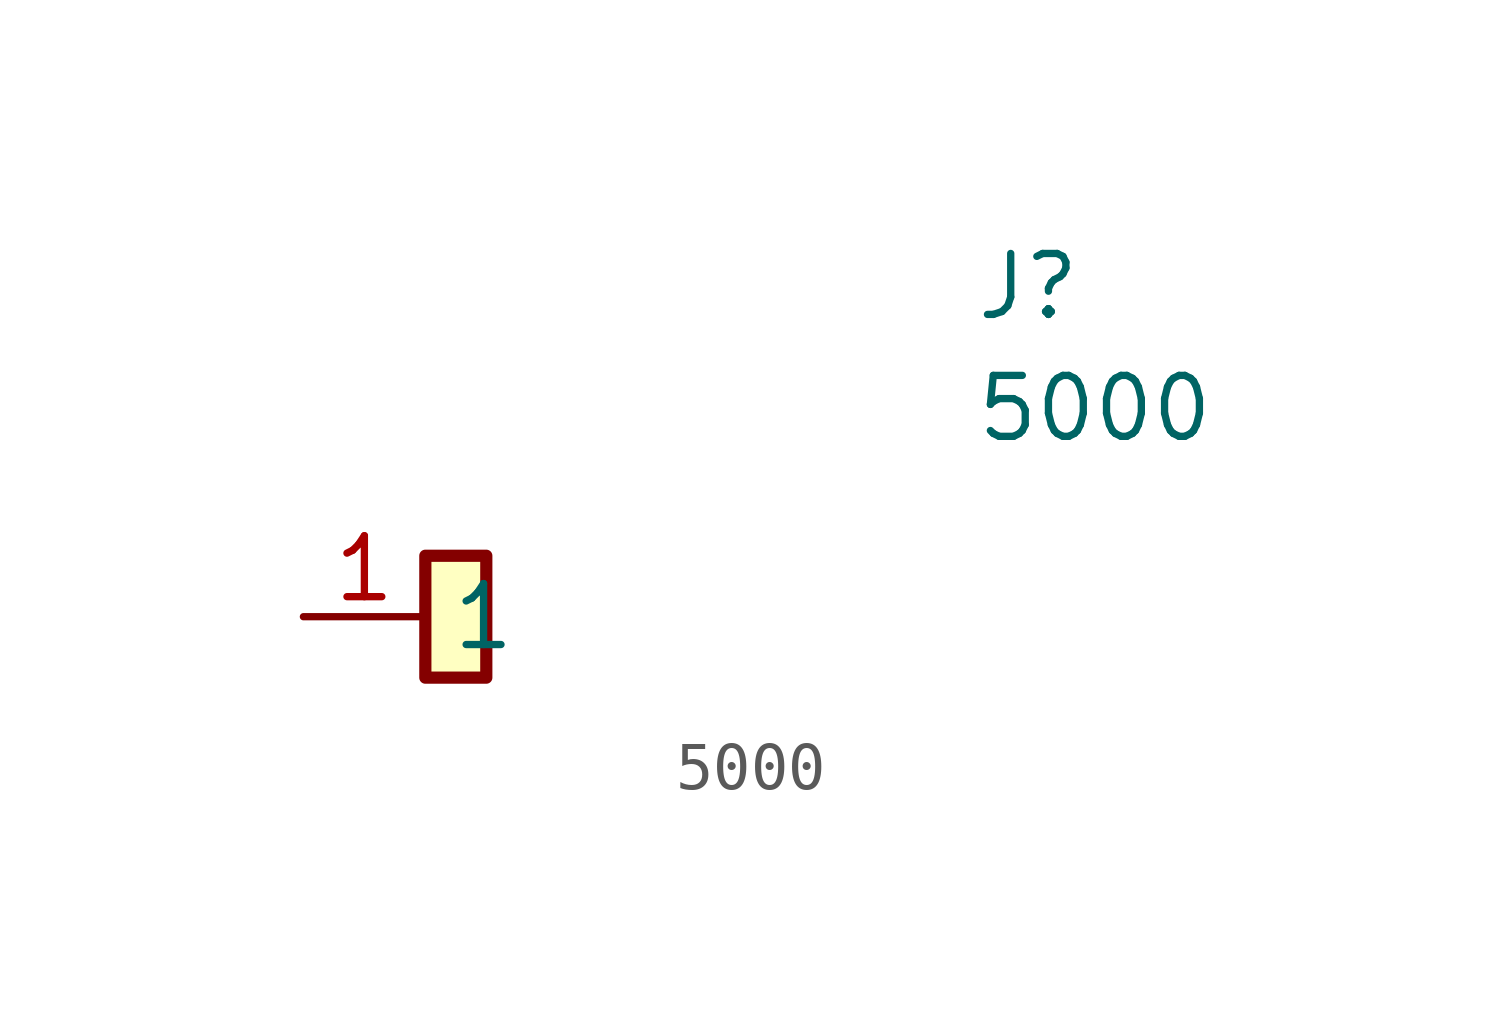
<source format=kicad_sym>
(kicad_symbol_lib
  (version 20231120)
  (generator "kicad_symbol_editor")
  (generator_version "8.0")
  (symbol "5000"
    (property "Reference" "J"
      (at 16.51 7.62 0)
      (effects (font (size 1.27 1.27)) (justify left top)))
    (property "Value" "5000"
      (at 16.51 5.08 0)
      (effects (font (size 1.27 1.27)) (justify left top)))
    (symbol "5000_1_1"
      (rectangle (start 5.08 1.27) (end 6.35 -1.27) (stroke (width 0.254) (type default)) (fill (type background)))
      (pin passive line (at 2.54 0 0) (length 2.54) (name "1" (effects (font (size 1.27 1.27)))) (number "1" (effects (font (size 1.27 1.27))))))))
</source>
